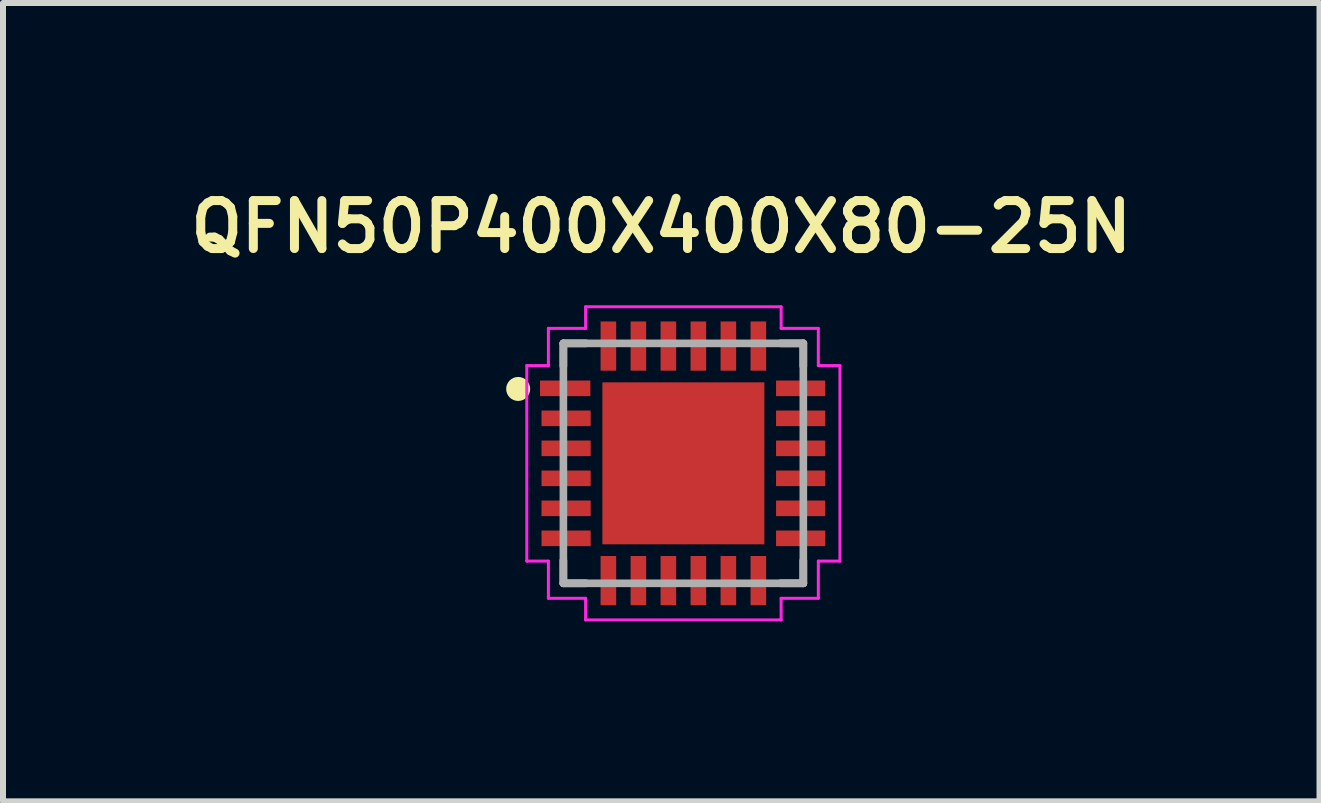
<source format=kicad_pcb>
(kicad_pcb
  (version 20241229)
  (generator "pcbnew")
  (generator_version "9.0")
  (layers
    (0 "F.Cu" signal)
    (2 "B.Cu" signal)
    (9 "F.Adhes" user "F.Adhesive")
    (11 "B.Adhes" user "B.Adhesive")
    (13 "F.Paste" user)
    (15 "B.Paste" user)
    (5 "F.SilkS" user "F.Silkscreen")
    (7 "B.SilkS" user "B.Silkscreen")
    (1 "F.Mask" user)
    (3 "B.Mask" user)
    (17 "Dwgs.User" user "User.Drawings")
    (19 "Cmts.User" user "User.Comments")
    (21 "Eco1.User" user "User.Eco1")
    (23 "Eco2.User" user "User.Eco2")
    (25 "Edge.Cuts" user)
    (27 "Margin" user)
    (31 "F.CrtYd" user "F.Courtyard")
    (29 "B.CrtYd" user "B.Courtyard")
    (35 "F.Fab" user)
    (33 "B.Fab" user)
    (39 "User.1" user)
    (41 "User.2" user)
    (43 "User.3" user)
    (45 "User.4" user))
  (footprint "QFN50P400X400X80-25N"
    (layer "F.Cu")
    (at 8.342 4.674)
    (property "Reference" "QFN50P400X400X80-25N" (at -0.369 -3.943 0) (layer "F.SilkS") (effects (font (size 0.8 0.8) (thickness 0.15))))
    (attr smd)
    (fp_line (start -2 -2) (end -2 -1.62) (stroke (width 0.127) (type solid)) (layer "F.SilkS"))
    (fp_line (start -2 1.62) (end -2 2) (stroke (width 0.127) (type solid)) (layer "F.SilkS"))
    (fp_line (start -2 2) (end -1.62 2) (stroke (width 0.127) (type solid)) (layer "F.SilkS"))
    (fp_line (start -1.62 -2) (end -2 -2) (stroke (width 0.127) (type solid)) (layer "F.SilkS"))
    (fp_line (start 1.62 2) (end 2 2) (stroke (width 0.127) (type solid)) (layer "F.SilkS"))
    (fp_line (start 2 -2) (end 1.62 -2) (stroke (width 0.127) (type solid)) (layer "F.SilkS"))
    (fp_line (start 2 -1.62) (end 2 -2) (stroke (width 0.127) (type solid)) (layer "F.SilkS"))
    (fp_line (start 2 2) (end 2 1.62) (stroke (width 0.127) (type solid)) (layer "F.SilkS"))
    (fp_circle (center -2.754 -1.24) (end -2.654 -1.24) (stroke (width 0.2) (type solid)) (fill no) (layer "F.SilkS"))
    (fp_poly (pts (xy -1.09 -1.09) (xy -0.13 -1.09) (xy -0.13 -0.13) (xy -1.09 -0.13)) (stroke (width 0.01) (type solid)) (fill yes) (layer "F.Paste"))
    (fp_poly (pts (xy -1.09 0.13) (xy -0.13 0.13) (xy -0.13 1.09) (xy -1.09 1.09)) (stroke (width 0.01) (type solid)) (fill yes) (layer "F.Paste"))
    (fp_poly (pts (xy 0.13 -1.09) (xy 1.09 -1.09) (xy 1.09 -0.13) (xy 0.13 -0.13)) (stroke (width 0.01) (type solid)) (fill yes) (layer "F.Paste"))
    (fp_poly (pts (xy 0.13 0.13) (xy 1.09 0.13) (xy 1.09 1.09) (xy 0.13 1.09)) (stroke (width 0.01) (type solid)) (fill yes) (layer "F.Paste"))
    (fp_line (start -2.61 -1.63) (end -2.61 1.63) (stroke (width 0.05) (type solid)) (layer "F.CrtYd"))
    (fp_line (start -2.61 1.63) (end -2.25 1.63) (stroke (width 0.05) (type solid)) (layer "F.CrtYd"))
    (fp_line (start -2.25 -2.25) (end -2.25 -1.63) (stroke (width 0.05) (type solid)) (layer "F.CrtYd"))
    (fp_line (start -2.25 -1.63) (end -2.61 -1.63) (stroke (width 0.05) (type solid)) (layer "F.CrtYd"))
    (fp_line (start -2.25 1.63) (end -2.25 2.25) (stroke (width 0.05) (type solid)) (layer "F.CrtYd"))
    (fp_line (start -2.25 2.25) (end -1.63 2.25) (stroke (width 0.05) (type solid)) (layer "F.CrtYd"))
    (fp_line (start -1.63 -2.61) (end -1.63 -2.25) (stroke (width 0.05) (type solid)) (layer "F.CrtYd"))
    (fp_line (start -1.63 -2.61) (end 1.63 -2.61) (stroke (width 0.05) (type solid)) (layer "F.CrtYd"))
    (fp_line (start -1.63 -2.25) (end -2.25 -2.25) (stroke (width 0.05) (type solid)) (layer "F.CrtYd"))
    (fp_line (start -1.63 2.25) (end -1.63 2.61) (stroke (width 0.05) (type solid)) (layer "F.CrtYd"))
    (fp_line (start 1.63 -2.25) (end 1.63 -2.61) (stroke (width 0.05) (type solid)) (layer "F.CrtYd"))
    (fp_line (start 1.63 2.25) (end 2.25 2.25) (stroke (width 0.05) (type solid)) (layer "F.CrtYd"))
    (fp_line (start 1.63 2.61) (end -1.63 2.61) (stroke (width 0.05) (type solid)) (layer "F.CrtYd"))
    (fp_line (start 1.63 2.61) (end 1.63 2.25) (stroke (width 0.05) (type solid)) (layer "F.CrtYd"))
    (fp_line (start 2.25 -2.25) (end 1.63 -2.25) (stroke (width 0.05) (type solid)) (layer "F.CrtYd"))
    (fp_line (start 2.25 -1.63) (end 2.25 -2.25) (stroke (width 0.05) (type solid)) (layer "F.CrtYd"))
    (fp_line (start 2.25 1.63) (end 2.61 1.63) (stroke (width 0.05) (type solid)) (layer "F.CrtYd"))
    (fp_line (start 2.25 2.25) (end 2.25 1.63) (stroke (width 0.05) (type solid)) (layer "F.CrtYd"))
    (fp_line (start 2.61 -1.63) (end 2.25 -1.63) (stroke (width 0.05) (type solid)) (layer "F.CrtYd"))
    (fp_line (start 2.61 1.63) (end 2.61 -1.63) (stroke (width 0.05) (type solid)) (layer "F.CrtYd"))
    (fp_line (start -2 -2) (end -2 2) (stroke (width 0.127) (type solid)) (layer "F.Fab"))
    (fp_line (start -2 2) (end 2 2) (stroke (width 0.127) (type solid)) (layer "F.Fab"))
    (fp_line (start 2 -2) (end -2 -2) (stroke (width 0.127) (type solid)) (layer "F.Fab"))
    (fp_line (start 2 2) (end 2 -2) (stroke (width 0.127) (type solid)) (layer "F.Fab"))
    (pad "1" smd roundrect (at -1.97 -1.25) (size 0.84 0.26) (layers "F.Cu" "F.Mask" "F.Paste") (roundrect_rratio 0.01))
    (pad "2" smd roundrect (at -1.955 -0.75) (size 0.82 0.26) (layers "F.Cu" "F.Mask" "F.Paste") (roundrect_rratio 0.01))
    (pad "3" smd roundrect (at -1.955 -0.25) (size 0.82 0.26) (layers "F.Cu" "F.Mask" "F.Paste") (roundrect_rratio 0.01))
    (pad "4" smd roundrect (at -1.955 0.25) (size 0.82 0.26) (layers "F.Cu" "F.Mask" "F.Paste") (roundrect_rratio 0.01))
    (pad "5" smd roundrect (at -1.955 0.75) (size 0.82 0.26) (layers "F.Cu" "F.Mask" "F.Paste") (roundrect_rratio 0.01))
    (pad "6" smd roundrect (at -1.955 1.25) (size 0.82 0.26) (layers "F.Cu" "F.Mask" "F.Paste") (roundrect_rratio 0.01))
    (pad "7" smd roundrect (at -1.25 1.955 90) (size 0.82 0.26) (layers "F.Cu" "F.Mask" "F.Paste") (roundrect_rratio 0.01))
    (pad "8" smd roundrect (at -0.75 1.955 90) (size 0.82 0.26) (layers "F.Cu" "F.Mask" "F.Paste") (roundrect_rratio 0.01))
    (pad "9" smd roundrect (at -0.25 1.955 90) (size 0.82 0.26) (layers "F.Cu" "F.Mask" "F.Paste") (roundrect_rratio 0.01))
    (pad "10" smd roundrect (at 0.25 1.955 90) (size 0.82 0.26) (layers "F.Cu" "F.Mask" "F.Paste") (roundrect_rratio 0.01))
    (pad "11" smd roundrect (at 0.75 1.955 90) (size 0.82 0.26) (layers "F.Cu" "F.Mask" "F.Paste") (roundrect_rratio 0.01))
    (pad "12" smd roundrect (at 1.25 1.955 90) (size 0.82 0.26) (layers "F.Cu" "F.Mask" "F.Paste") (roundrect_rratio 0.01))
    (pad "13" smd roundrect (at 1.955 1.25 180) (size 0.82 0.26) (layers "F.Cu" "F.Mask" "F.Paste") (roundrect_rratio 0.01))
    (pad "14" smd roundrect (at 1.955 0.75 180) (size 0.82 0.26) (layers "F.Cu" "F.Mask" "F.Paste") (roundrect_rratio 0.01))
    (pad "15" smd roundrect (at 1.955 0.25 180) (size 0.82 0.26) (layers "F.Cu" "F.Mask" "F.Paste") (roundrect_rratio 0.01))
    (pad "16" smd roundrect (at 1.955 -0.25 180) (size 0.82 0.26) (layers "F.Cu" "F.Mask" "F.Paste") (roundrect_rratio 0.01))
    (pad "17" smd roundrect (at 1.955 -0.75 180) (size 0.82 0.26) (layers "F.Cu" "F.Mask" "F.Paste") (roundrect_rratio 0.01))
    (pad "18" smd roundrect (at 1.955 -1.25 180) (size 0.82 0.26) (layers "F.Cu" "F.Mask" "F.Paste") (roundrect_rratio 0.01))
    (pad "19" smd roundrect (at 1.25 -1.955 270) (size 0.82 0.26) (layers "F.Cu" "F.Mask" "F.Paste") (roundrect_rratio 0.01))
    (pad "20" smd roundrect (at 0.75 -1.955 270) (size 0.82 0.26) (layers "F.Cu" "F.Mask" "F.Paste") (roundrect_rratio 0.01))
    (pad "21" smd roundrect (at 0.25 -1.955 270) (size 0.82 0.26) (layers "F.Cu" "F.Mask" "F.Paste") (roundrect_rratio 0.01))
    (pad "22" smd roundrect (at -0.25 -1.955 270) (size 0.82 0.26) (layers "F.Cu" "F.Mask" "F.Paste") (roundrect_rratio 0.01))
    (pad "23" smd roundrect (at -0.75 -1.955 270) (size 0.82 0.26) (layers "F.Cu" "F.Mask" "F.Paste") (roundrect_rratio 0.01))
    (pad "24" smd roundrect (at -1.25 -1.955 270) (size 0.82 0.26) (layers "F.Cu" "F.Mask" "F.Paste") (roundrect_rratio 0.01))
    (pad "25" smd rect (at 0 0) (size 2.7 2.7) (layers "F.Cu" "F.Mask")))
  (gr_rect
    (start -3 -3)
    (end 18.947 10.309)
    (stroke (width 0.1) (type default))
    (fill no)
    (layer "Edge.Cuts")))
</source>
